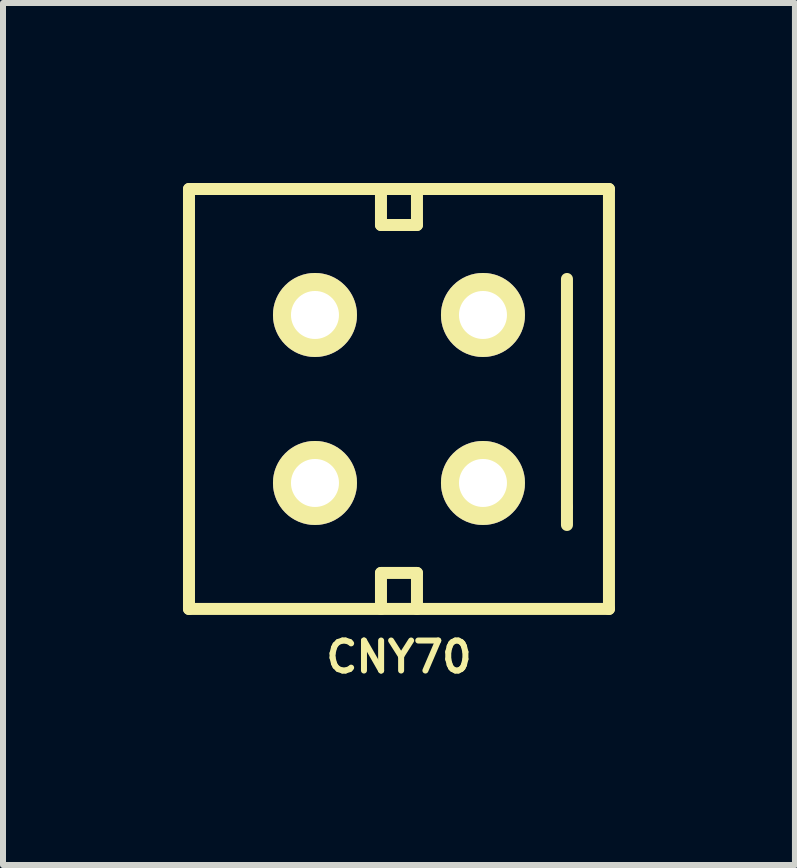
<source format=kicad_pcb>
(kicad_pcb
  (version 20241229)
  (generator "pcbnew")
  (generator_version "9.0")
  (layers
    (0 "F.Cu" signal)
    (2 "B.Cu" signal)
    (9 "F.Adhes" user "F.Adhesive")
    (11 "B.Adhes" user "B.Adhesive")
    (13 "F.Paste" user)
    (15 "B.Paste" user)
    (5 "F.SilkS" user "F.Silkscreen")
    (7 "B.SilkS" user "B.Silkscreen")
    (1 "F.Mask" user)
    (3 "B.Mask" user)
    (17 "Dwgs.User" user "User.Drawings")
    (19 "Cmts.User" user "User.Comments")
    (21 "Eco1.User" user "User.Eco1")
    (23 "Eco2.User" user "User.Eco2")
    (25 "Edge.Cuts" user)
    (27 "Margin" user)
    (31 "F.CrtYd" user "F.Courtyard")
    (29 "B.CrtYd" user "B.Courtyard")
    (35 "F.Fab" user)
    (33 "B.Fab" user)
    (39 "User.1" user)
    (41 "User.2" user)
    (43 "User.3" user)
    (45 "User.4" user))
  (footprint "CNY70"
    (layer "F.Cu")
    (at 3.6 3.6)
    (property "Reference" "CNY70" (at 0 4.3 0) (layer "F.SilkS") (effects (font (size 0.5 0.5) (thickness 0.1))))
    (attr through_hole)
    (fp_line (start -3.5 -3.5) (end 3.5 -3.5) (stroke (width 0.2) (type solid)) (layer "F.SilkS"))
    (fp_line (start -3.5 3.5) (end -3.5 -3.5) (stroke (width 0.2) (type solid)) (layer "F.SilkS"))
    (fp_line (start -0.3 -3.5) (end -0.3 -2.9) (stroke (width 0.2) (type solid)) (layer "F.SilkS"))
    (fp_line (start -0.3 -2.9) (end 0.3 -2.9) (stroke (width 0.2) (type solid)) (layer "F.SilkS"))
    (fp_line (start -0.3 2.9) (end 0.3 2.9) (stroke (width 0.2) (type solid)) (layer "F.SilkS"))
    (fp_line (start -0.3 3.5) (end -0.3 2.9) (stroke (width 0.2) (type solid)) (layer "F.SilkS"))
    (fp_line (start 0.3 -2.9) (end 0.3 -3.5) (stroke (width 0.2) (type solid)) (layer "F.SilkS"))
    (fp_line (start 0.3 2.9) (end 0.3 3.5) (stroke (width 0.2) (type solid)) (layer "F.SilkS"))
    (fp_line (start 2.8 -2) (end 2.8 1.8) (stroke (width 0.2) (type solid)) (layer "F.SilkS"))
    (fp_line (start 2.8 1.8) (end 2.8 2.1) (stroke (width 0.2) (type solid)) (layer "F.SilkS"))
    (fp_line (start 3.5 -3.5) (end 3.5 3.5) (stroke (width 0.2) (type solid)) (layer "F.SilkS"))
    (fp_line (start 3.5 3.5) (end -3.5 3.5) (stroke (width 0.2) (type solid)) (layer "F.SilkS"))
    (pad "A" thru_hole circle (at -1.4 -1.4) (size 1.4 1.4) (drill 0.8) (layers "*.Cu" "*.Mask" "F.SilkS"))
    (pad "COL" thru_hole circle (at 1.4 1.4) (size 1.4 1.4) (drill 0.8) (layers "*.Cu" "*.Mask" "F.SilkS"))
    (pad "E" thru_hole circle (at 1.4 -1.4) (size 1.4 1.4) (drill 0.8) (layers "*.Cu" "*.Mask" "F.SilkS"))
    (pad "K" thru_hole circle (at -1.4 1.4) (size 1.4 1.4) (drill 0.8) (layers "*.Cu" "*.Mask" "F.SilkS")))
  (gr_rect
    (start -3 -3)
    (end 10.2 11.368)
    (stroke (width 0.1) (type default))
    (fill no)
    (layer "Edge.Cuts")))
</source>
